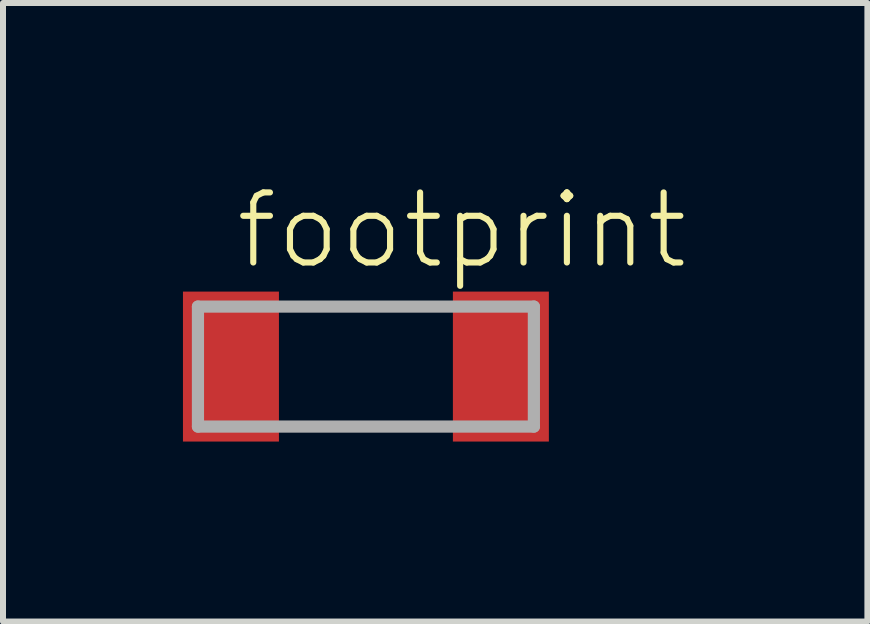
<source format=kicad_pcb>
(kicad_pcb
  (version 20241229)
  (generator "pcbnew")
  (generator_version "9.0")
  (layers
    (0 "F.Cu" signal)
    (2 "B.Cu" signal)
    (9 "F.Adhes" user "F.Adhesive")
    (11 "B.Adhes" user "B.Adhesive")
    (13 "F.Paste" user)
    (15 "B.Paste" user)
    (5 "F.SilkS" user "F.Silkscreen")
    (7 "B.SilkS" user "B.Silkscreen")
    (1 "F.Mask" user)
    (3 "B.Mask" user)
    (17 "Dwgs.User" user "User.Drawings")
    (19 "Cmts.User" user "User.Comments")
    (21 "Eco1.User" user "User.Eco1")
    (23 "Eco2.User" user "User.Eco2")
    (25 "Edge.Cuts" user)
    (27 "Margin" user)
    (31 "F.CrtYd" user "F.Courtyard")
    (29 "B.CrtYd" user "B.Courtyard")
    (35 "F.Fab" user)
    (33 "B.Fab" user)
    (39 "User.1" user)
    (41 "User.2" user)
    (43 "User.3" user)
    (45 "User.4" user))
  (footprint "footprint"
    (layer "F.Cu")
    (at 3.05 3.061)
    (property "Reference" "footprint" (at -2.223 -1.587 0) (layer "F.SilkS") (effects (font (size 1.168 1.168) (thickness 0.102)) (justify left bottom)))
    (fp_line (start -2.8 -1) (end -2.8 1) (stroke (width 0.203) (type solid)) (layer "F.Fab"))
    (fp_line (start -2.8 1) (end 2.8 1) (stroke (width 0.203) (type solid)) (layer "F.Fab"))
    (fp_line (start 2.8 -1) (end -2.8 -1) (stroke (width 0.203) (type solid)) (layer "F.Fab"))
    (fp_line (start 2.8 1) (end 2.8 -1) (stroke (width 0.203) (type solid)) (layer "F.Fab"))
    (pad "1" smd rect (at -2.25 0) (size 1.6 2.5) (layers "F.Cu" "F.Mask" "F.Paste"))
    (pad "2" smd rect (at 2.25 0) (size 1.6 2.5) (layers "F.Cu" "F.Mask" "F.Paste")))
  (gr_rect
    (start -3 -3)
    (end 11.41 7.311)
    (stroke (width 0.1) (type default))
    (fill no)
    (layer "Edge.Cuts")))
</source>
